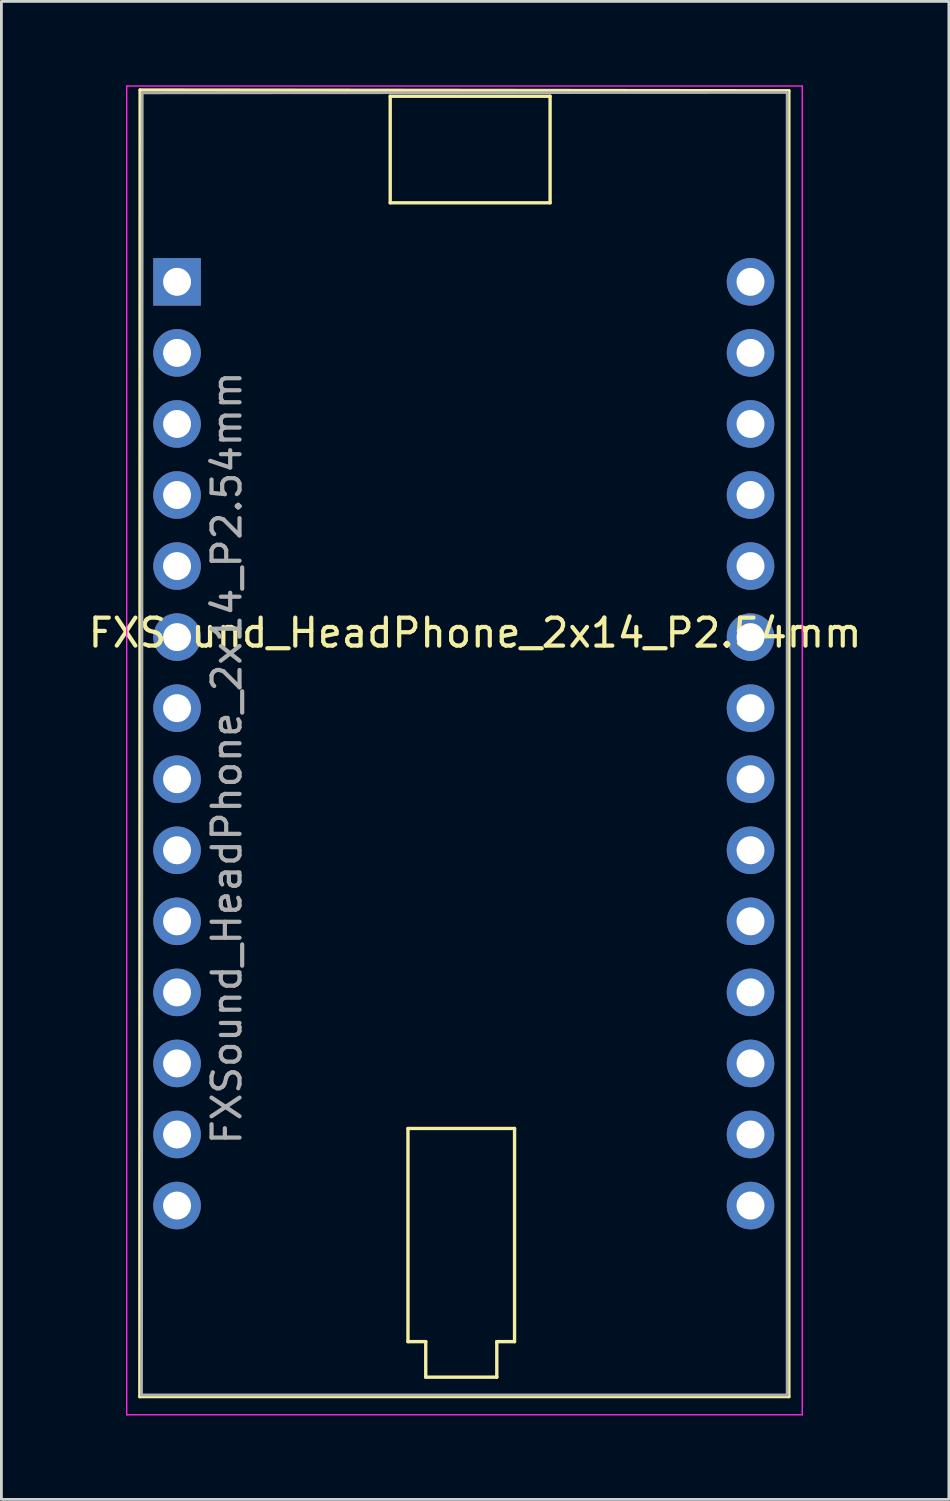
<source format=kicad_pcb>
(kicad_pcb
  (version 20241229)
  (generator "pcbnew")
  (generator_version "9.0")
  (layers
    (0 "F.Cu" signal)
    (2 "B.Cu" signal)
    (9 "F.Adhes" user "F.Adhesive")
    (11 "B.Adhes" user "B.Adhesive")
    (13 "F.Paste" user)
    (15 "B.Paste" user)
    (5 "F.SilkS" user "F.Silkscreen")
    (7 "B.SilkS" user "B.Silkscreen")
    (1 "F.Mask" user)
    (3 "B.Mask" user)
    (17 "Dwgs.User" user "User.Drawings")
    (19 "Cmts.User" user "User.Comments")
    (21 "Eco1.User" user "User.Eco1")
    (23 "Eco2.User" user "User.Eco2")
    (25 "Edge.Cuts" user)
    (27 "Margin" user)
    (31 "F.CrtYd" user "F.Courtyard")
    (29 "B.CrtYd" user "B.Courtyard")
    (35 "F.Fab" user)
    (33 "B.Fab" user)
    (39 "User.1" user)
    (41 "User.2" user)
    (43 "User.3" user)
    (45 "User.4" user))
  (footprint "FXSound_HeadPhone_2x14_P2.54mm"
    (layer "F.Cu")
    (at 3.279 7.025)
    (property "Reference" "FXSound_HeadPhone_2x14_P2.54mm" (at 10.655 12.548 0) (layer "F.SilkS") (effects (font (size 1 1) (thickness 0.15))))
    (attr through_hole)
    (fp_line (start -1.33 39.85) (end 21.87 39.85) (stroke (width 0.12) (type solid)) (layer "F.SilkS"))
    (fp_line (start -1.321 -6.858) (end -1.33 39.85) (stroke (width 0.12) (type solid)) (layer "F.SilkS"))
    (fp_line (start -1.321 -6.858) (end 21.87 -6.83) (stroke (width 0.12) (type solid)) (layer "F.SilkS"))
    (fp_line (start 7.62 -6.635) (end 13.335 -6.635) (stroke (width 0.12) (type solid)) (layer "F.SilkS"))
    (fp_line (start 7.62 -2.825) (end 7.62 -6.635) (stroke (width 0.12) (type solid)) (layer "F.SilkS"))
    (fp_line (start 8.255 30.265) (end 8.255 37.885) (stroke (width 0.12) (type solid)) (layer "F.SilkS"))
    (fp_line (start 8.255 30.265) (end 12.065 30.265) (stroke (width 0.12) (type solid)) (layer "F.SilkS"))
    (fp_line (start 8.255 37.885) (end 8.89 37.885) (stroke (width 0.12) (type solid)) (layer "F.SilkS"))
    (fp_line (start 8.89 37.885) (end 8.89 39.155) (stroke (width 0.12) (type solid)) (layer "F.SilkS"))
    (fp_line (start 8.89 39.155) (end 11.43 39.155) (stroke (width 0.12) (type solid)) (layer "F.SilkS"))
    (fp_line (start 11.43 37.885) (end 11.43 39.155) (stroke (width 0.12) (type solid)) (layer "F.SilkS"))
    (fp_line (start 11.43 37.885) (end 12.065 37.885) (stroke (width 0.12) (type solid)) (layer "F.SilkS"))
    (fp_line (start 12.065 30.265) (end 12.065 37.885) (stroke (width 0.12) (type solid)) (layer "F.SilkS"))
    (fp_line (start 13.335 -6.635) (end 13.335 -2.825) (stroke (width 0.12) (type solid)) (layer "F.SilkS"))
    (fp_line (start 13.335 -2.825) (end 7.62 -2.825) (stroke (width 0.12) (type solid)) (layer "F.SilkS"))
    (fp_line (start 21.87 -6.83) (end 21.87 39.85) (stroke (width 0.12) (type solid)) (layer "F.SilkS"))
    (fp_line (start -1.8 -7) (end -1.8 40.5) (stroke (width 0.05) (type solid)) (layer "F.CrtYd"))
    (fp_line (start -1.8 40.5) (end 22.35 40.5) (stroke (width 0.05) (type solid)) (layer "F.CrtYd"))
    (fp_line (start 22.35 -7) (end -1.8 -7) (stroke (width 0.05) (type solid)) (layer "F.CrtYd"))
    (fp_line (start 22.35 40.5) (end 22.35 -7) (stroke (width 0.05) (type solid)) (layer "F.CrtYd"))
    (fp_line (start -1.27 39.79) (end -1.245 -6.756) (stroke (width 0.1) (type solid)) (layer "F.Fab"))
    (fp_line (start -1.245 -6.756) (end 21.81 -6.77) (stroke (width 0.1) (type solid)) (layer "F.Fab"))
    (fp_line (start 21.81 -6.77) (end 21.81 39.79) (stroke (width 0.1) (type solid)) (layer "F.Fab"))
    (fp_line (start 21.81 39.79) (end -1.27 39.79) (stroke (width 0.1) (type solid)) (layer "F.Fab"))
    (fp_text user "${REFERENCE}" (at 1.778 17.018 90) (layer "F.Fab") (effects (font (size 1 1) (thickness 0.15))))
    (pad "1" thru_hole rect (at 0 0) (size 1.7 1.7) (drill 1) (layers "*.Cu" "*.Mask"))
    (pad "2" thru_hole oval (at 20.5 0) (size 1.7 1.7) (drill 1) (layers "*.Cu" "*.Mask"))
    (pad "3" thru_hole oval (at 0 2.54) (size 1.7 1.7) (drill 1) (layers "*.Cu" "*.Mask"))
    (pad "4" thru_hole oval (at 20.5 2.54) (size 1.7 1.7) (drill 1) (layers "*.Cu" "*.Mask"))
    (pad "5" thru_hole oval (at 0 5.08) (size 1.7 1.7) (drill 1) (layers "*.Cu" "*.Mask"))
    (pad "6" thru_hole oval (at 20.5 5.08) (size 1.7 1.7) (drill 1) (layers "*.Cu" "*.Mask"))
    (pad "7" thru_hole oval (at 0 7.62) (size 1.7 1.7) (drill 1) (layers "*.Cu" "*.Mask"))
    (pad "8" thru_hole oval (at 20.5 7.62) (size 1.7 1.7) (drill 1) (layers "*.Cu" "*.Mask"))
    (pad "9" thru_hole oval (at 0 10.16) (size 1.7 1.7) (drill 1) (layers "*.Cu" "*.Mask"))
    (pad "10" thru_hole oval (at 20.5 10.16) (size 1.7 1.7) (drill 1) (layers "*.Cu" "*.Mask"))
    (pad "11" thru_hole oval (at 0 12.7) (size 1.7 1.7) (drill 1) (layers "*.Cu" "*.Mask"))
    (pad "12" thru_hole oval (at 20.5 12.7) (size 1.7 1.7) (drill 1) (layers "*.Cu" "*.Mask"))
    (pad "13" thru_hole oval (at 0 15.24) (size 1.7 1.7) (drill 1) (layers "*.Cu" "*.Mask"))
    (pad "14" thru_hole oval (at 20.5 15.24) (size 1.7 1.7) (drill 1) (layers "*.Cu" "*.Mask"))
    (pad "15" thru_hole oval (at 0 17.78) (size 1.7 1.7) (drill 1) (layers "*.Cu" "*.Mask"))
    (pad "16" thru_hole oval (at 20.5 17.78) (size 1.7 1.7) (drill 1) (layers "*.Cu" "*.Mask"))
    (pad "17" thru_hole oval (at 0 20.32) (size 1.7 1.7) (drill 1) (layers "*.Cu" "*.Mask"))
    (pad "18" thru_hole oval (at 20.5 20.32) (size 1.7 1.7) (drill 1) (layers "*.Cu" "*.Mask"))
    (pad "19" thru_hole oval (at 0 22.86) (size 1.7 1.7) (drill 1) (layers "*.Cu" "*.Mask"))
    (pad "20" thru_hole oval (at 20.5 22.86) (size 1.7 1.7) (drill 1) (layers "*.Cu" "*.Mask"))
    (pad "21" thru_hole oval (at 0 25.4) (size 1.7 1.7) (drill 1) (layers "*.Cu" "*.Mask"))
    (pad "22" thru_hole oval (at 20.5 25.4) (size 1.7 1.7) (drill 1) (layers "*.Cu" "*.Mask"))
    (pad "23" thru_hole oval (at 0 27.94) (size 1.7 1.7) (drill 1) (layers "*.Cu" "*.Mask"))
    (pad "24" thru_hole oval (at 20.5 27.94) (size 1.7 1.7) (drill 1) (layers "*.Cu" "*.Mask"))
    (pad "25" thru_hole oval (at 0 30.48) (size 1.7 1.7) (drill 1) (layers "*.Cu" "*.Mask"))
    (pad "26" thru_hole oval (at 20.5 30.48) (size 1.7 1.7) (drill 1) (layers "*.Cu" "*.Mask"))
    (pad "27" thru_hole oval (at 0 33.02) (size 1.7 1.7) (drill 1) (layers "*.Cu" "*.Mask"))
    (pad "28" thru_hole oval (at 20.5 33.02) (size 1.7 1.7) (drill 1) (layers "*.Cu" "*.Mask")))
  (gr_rect
    (start -3 -3)
    (end 30.869 50.55)
    (stroke (width 0.1) (type default))
    (fill no)
    (layer "Edge.Cuts")))
</source>
